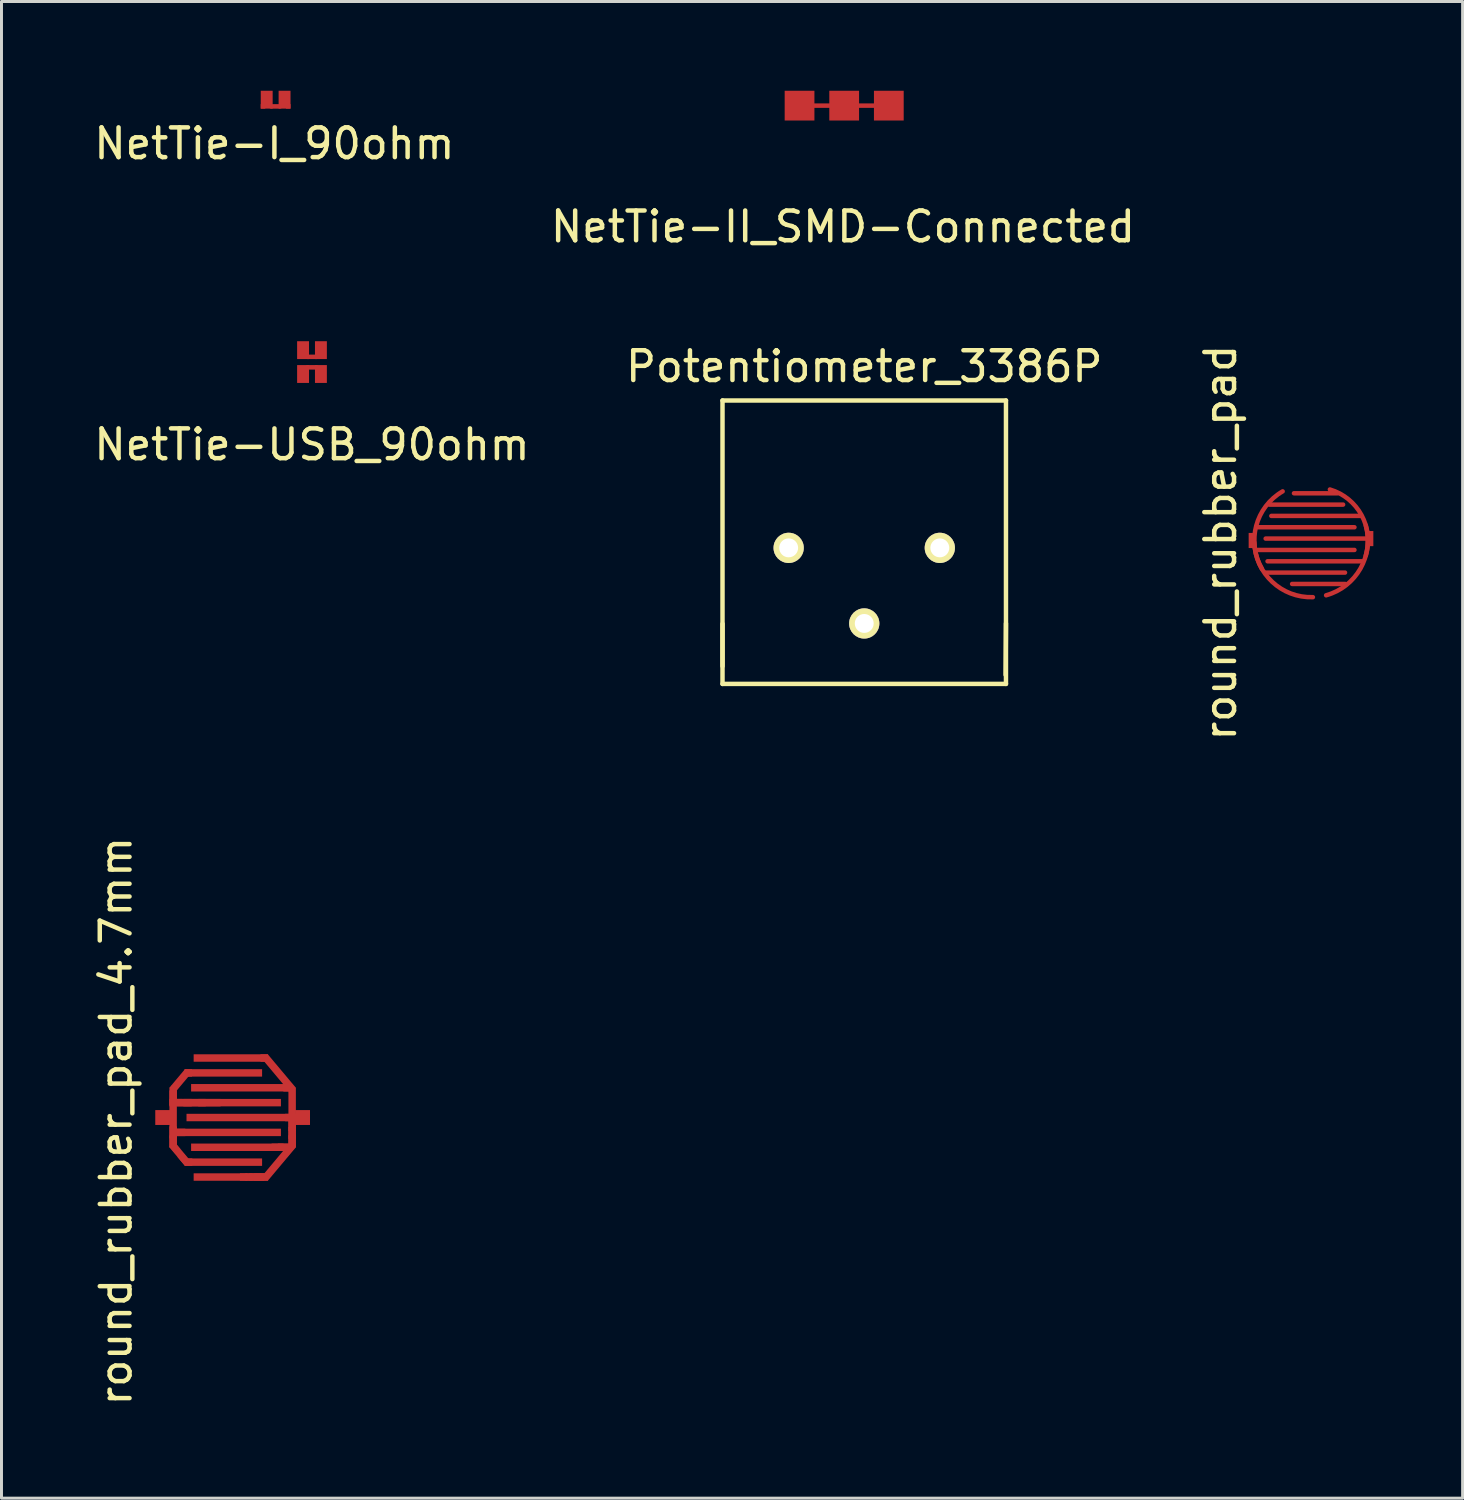
<source format=kicad_pcb>
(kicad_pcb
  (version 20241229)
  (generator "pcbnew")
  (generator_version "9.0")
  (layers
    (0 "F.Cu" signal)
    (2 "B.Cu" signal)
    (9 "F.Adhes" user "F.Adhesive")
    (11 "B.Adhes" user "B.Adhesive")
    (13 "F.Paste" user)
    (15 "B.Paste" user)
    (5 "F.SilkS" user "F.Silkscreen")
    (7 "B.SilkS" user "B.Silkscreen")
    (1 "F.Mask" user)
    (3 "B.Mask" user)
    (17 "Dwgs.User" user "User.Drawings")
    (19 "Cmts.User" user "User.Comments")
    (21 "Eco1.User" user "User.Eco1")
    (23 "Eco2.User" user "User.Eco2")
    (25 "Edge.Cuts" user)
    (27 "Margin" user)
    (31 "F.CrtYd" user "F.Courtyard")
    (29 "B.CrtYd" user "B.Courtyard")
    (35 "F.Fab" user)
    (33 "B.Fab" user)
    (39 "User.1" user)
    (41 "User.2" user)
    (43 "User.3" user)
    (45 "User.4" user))
  (footprint "round_rubber_pad"
    (layer "F.Cu")
    (at 41.008 15.114)
    (property "Reference" "round_rubber_pad" (at -3.041 0.071 90) (layer "F.SilkS") (effects (font (size 1 1) (thickness 0.15))))
    (attr through_hole)
    (fp_line (start -1.841 0.318) (end 1.46 0.318) (stroke (width 0.15) (type solid)) (layer "F.Cu"))
    (fp_line (start -1.778 -0.445) (end 1.46 -0.445) (stroke (width 0.15) (type solid)) (layer "F.Cu"))
    (fp_line (start -1.524 1.079) (end 1.143 1.079) (stroke (width 0.15) (type solid)) (layer "F.Cu"))
    (fp_line (start -1.397 -1.206) (end 1.079 -1.206) (stroke (width 0.15) (type solid)) (layer "F.Cu"))
    (fp_line (start 0.889 -1.587) (end -0.572 -1.587) (stroke (width 0.15) (type solid)) (layer "F.Cu"))
    (fp_line (start 1.143 1.46) (end -0.635 1.46) (stroke (width 0.15) (type solid)) (layer "F.Cu"))
    (fp_line (start 1.651 -0.826) (end -1.333 -0.826) (stroke (width 0.15) (type solid)) (layer "F.Cu"))
    (fp_line (start 1.714 0.699) (end -1.46 0.699) (stroke (width 0.15) (type solid)) (layer "F.Cu"))
    (fp_line (start 1.905 -0.064) (end -1.524 -0.064) (stroke (width 0.15) (type solid)) (layer "F.Cu"))
    (fp_arc (start -1.651 0.9525) (mid -1.840953 -0.493914) (end -0.9525 -1.651) (stroke (width 0.15) (type solid)) (layer "F.Cu"))
    (fp_arc (start 0.0635 1.905) (mid -1.302137 1.39194) (end -1.905 0.0635) (stroke (width 0.15) (type solid)) (layer "F.Cu"))
    (fp_arc (start 0.635 -1.7145) (mid 1.698545 -0.853124) (end 1.8415 0.508) (stroke (width 0.15) (type solid)) (layer "F.Cu"))
    (fp_arc (start 1.8415 -0.508) (mid 1.661347 0.942927) (end 0.508 1.8415) (stroke (width 0.15) (type solid)) (layer "F.Cu"))
    (fp_line (start 0.889 -1.587) (end -0.572 -1.587) (stroke (width 0.15) (type solid)) (layer "F.Mask"))
    (fp_line (start -1.841 0.318) (end 1.46 0.318) (stroke (width 0.15) (type solid)) (layer "F.Paste"))
    (fp_line (start -1.778 -0.445) (end 1.46 -0.445) (stroke (width 0.15) (type solid)) (layer "F.Paste"))
    (fp_line (start -1.524 1.079) (end 1.143 1.079) (stroke (width 0.15) (type solid)) (layer "F.Paste"))
    (fp_line (start -1.397 -1.206) (end 1.079 -1.206) (stroke (width 0.15) (type solid)) (layer "F.Paste"))
    (fp_line (start 0.889 -1.587) (end -0.572 -1.587) (stroke (width 0.15) (type solid)) (layer "F.Paste"))
    (fp_line (start 1.143 1.46) (end -0.635 1.46) (stroke (width 0.15) (type solid)) (layer "F.Paste"))
    (fp_line (start 1.651 -0.826) (end -1.333 -0.826) (stroke (width 0.15) (type solid)) (layer "F.Paste"))
    (fp_line (start 1.714 0.699) (end -1.46 0.699) (stroke (width 0.15) (type solid)) (layer "F.Paste"))
    (fp_line (start 1.905 -0.064) (end -1.524 -0.064) (stroke (width 0.15) (type solid)) (layer "F.Paste"))
    (fp_arc (start -1.651 0.9525) (mid -1.840953 -0.493914) (end -0.9525 -1.651) (stroke (width 0.15) (type solid)) (layer "F.Paste"))
    (fp_arc (start 0.0635 1.905) (mid -1.302137 1.39194) (end -1.905 0.0635) (stroke (width 0.15) (type solid)) (layer "F.Paste"))
    (fp_arc (start 0.635 -1.7145) (mid 1.698545 -0.853124) (end 1.8415 0.508) (stroke (width 0.15) (type solid)) (layer "F.Paste"))
    (fp_arc (start 1.8415 -0.508) (mid 1.661347 0.942927) (end 0.508 1.8415) (stroke (width 0.15) (type solid)) (layer "F.Paste"))
    (pad "1" smd rect (at -1.968 0) (size 0.254 0.508) (layers "F.Cu" "F.Mask" "F.Paste"))
    (pad "2" smd rect (at 1.968 -0.064) (size 0.254 0.508) (layers "F.Cu" "F.Mask" "F.Paste")))
  (footprint "Potentiometer_3386P"
    (layer "F.Cu")
    (at 25.994 17.902)
    (property "Reference" "Potentiometer_3386P" (at 0 -8.636 180) (layer "F.SilkS") (effects (font (size 1 1) (thickness 0.15))))
    (attr through_hole)
    (fp_line (start -4.763 -7.493) (end -4.763 2.032) (stroke (width 0.15) (type solid)) (layer "F.SilkS"))
    (fp_line (start -4.763 0.013) (end -4.763 1.435) (stroke (width 0.15) (type solid)) (layer "F.SilkS"))
    (fp_line (start -4.763 2.032) (end 4.763 2.032) (stroke (width 0.15) (type solid)) (layer "F.SilkS"))
    (fp_line (start 4.763 -7.493) (end -4.763 -7.493) (stroke (width 0.15) (type solid)) (layer "F.SilkS"))
    (fp_line (start 4.763 0) (end 4.75 1.727) (stroke (width 0.15) (type solid)) (layer "F.SilkS"))
    (fp_line (start 4.763 2.032) (end 4.763 -7.493) (stroke (width 0.15) (type solid)) (layer "F.SilkS"))
    (pad "1" thru_hole circle (at 2.54 -2.54) (size 1.016 1.016) (drill 0.635) (layers "*.Cu" "*.Mask" "F.SilkS"))
    (pad "2" thru_hole circle (at 0 0) (size 1.016 1.016) (drill 0.635) (layers "*.Cu" "*.Mask" "F.SilkS"))
    (pad "3" thru_hole circle (at -2.54 -2.54) (size 1.016 1.016) (drill 0.635) (layers "*.Cu" "*.Mask" "F.SilkS")))
  (footprint "round_rubber_pad_4.7mm"
    (layer "F.Cu")
    (at 4.768 34.506)
    (property "Reference" "round_rubber_pad_4.7mm" (at -3.92 0.12 90) (layer "F.SilkS") (effects (font (size 1 1) (thickness 0.15))))
    (attr through_hole)
    (pad "" smd circle (at 0 0 90) (size 4.7 4.7) (layers "F.Mask"))
    (pad "1" smd rect (at -2.35 0) (size 0.5 0.5) (layers "F.Cu" "F.Mask" "F.Paste"))
    (pad "1" smd rect (at -2.16 0.01 180) (size 0.4 0.4) (layers "F.Cu" "F.Mask" "F.Paste"))
    (pad "1" smd rect (at -2 -0.66 90) (size 0.5 0.25) (layers "F.Cu" "F.Mask" "F.Paste"))
    (pad "1" smd rect (at -2 0) (size 0.25 2) (layers "F.Cu" "F.Mask" "F.Paste"))
    (pad "1" smd rect (at -2 0.5) (size 0.25 0.4) (layers "F.Cu" "F.Mask" "F.Paste"))
    (pad "1" smd rect (at -2 0.8) (size 0.25 0.4) (layers "F.Cu" "F.Mask" "F.Paste"))
    (pad "1" smd circle (at -1.99 0.94 310) (size 0.2 0.2) (layers "F.Cu" "F.Mask" "F.Paste"))
    (pad "1" smd rect (at -1.97 -0.84) (size 0.15 0.5) (layers "F.Cu" "F.Mask" "F.Paste"))
    (pad "1" smd rect (at -1.95 -1.01 320) (size 0.2 0.2) (layers "F.Cu" "F.Mask" "F.Paste"))
    (pad "1" smd rect (at -1.94 1.02 310) (size 0.3 0.23) (layers "F.Cu" "F.Mask" "F.Paste"))
    (pad "1" smd rect (at -1.89 -0.51 180) (size 0.4 0.23) (layers "F.Cu" "F.Mask" "F.Paste"))
    (pad "1" smd rect (at -1.84 0.5) (size 0.5 0.25) (layers "F.Cu" "F.Mask" "F.Paste"))
    (pad "1" smd rect (at -1.775 -1.225 50) (size 0.8 0.25) (layers "F.Cu" "F.Mask" "F.Paste"))
    (pad "1" smd rect (at -1.775 1.225 310) (size 0.8 0.25) (layers "F.Cu" "F.Mask" "F.Paste"))
    (pad "1" smd rect (at -1.75 -0.5) (size 0.75 0.25) (layers "F.Cu" "F.Mask" "F.Paste"))
    (pad "1" smd rect (at -1.64 1.4 40) (size 0.23 0.4) (layers "F.Cu" "F.Mask" "F.Paste"))
    (pad "1" smd rect (at -1.49 -1.5) (size 0.25 0.25) (layers "F.Cu" "F.Mask" "F.Paste"))
    (pad "1" smd rect (at -1.48 1.5) (size 0.25 0.25) (layers "F.Cu" "F.Mask" "F.Paste"))
    (pad "1" smd rect (at -1.28 -0.5) (size 0.75 0.25) (layers "F.Cu" "F.Mask" "F.Paste"))
    (pad "1" smd rect (at -0.78 -0.5) (size 0.75 0.25) (layers "F.Cu" "F.Mask" "F.Paste"))
    (pad "1" smd rect (at -0.31 -1.5) (size 2.6 0.25) (layers "F.Cu" "F.Mask" "F.Paste"))
    (pad "1" smd rect (at -0.31 1.5) (size 2.6 0.25) (layers "F.Cu" "F.Mask" "F.Paste"))
    (pad "1" smd rect (at -0.127 -0.5) (size 3.5 0.25) (layers "F.Cu" "F.Mask" "F.Paste"))
    (pad "1" smd rect (at -0.127 0.5) (size 3.5 0.25) (layers "F.Cu" "F.Mask" "F.Paste"))
    (pad "2" smd rect (at -0.06 -2) (size 2.5 0.25) (layers "F.Cu" "F.Mask" "F.Paste"))
    (pad "2" smd rect (at -0.06 2) (size 2.5 0.25) (layers "F.Cu" "F.Mask" "F.Paste"))
    (pad "2" smd rect (at 0.2 0) (size 3.5 0.25) (layers "F.Cu" "F.Mask" "F.Paste"))
    (pad "2" smd rect (at 0.254 -1) (size 3.3 0.25) (layers "F.Cu" "F.Mask" "F.Paste"))
    (pad "2" smd rect (at 0.254 1) (size 3.3 0.25) (layers "F.Cu" "F.Mask" "F.Paste"))
    (pad "2" smd rect (at 0.37 2 180) (size 0.25 0.25) (layers "F.Cu" "F.Mask" "F.Paste"))
    (pad "2" smd rect (at 0.55 2 180) (size 0.25 0.25) (layers "F.Cu" "F.Mask" "F.Paste"))
    (pad "2" smd rect (at 0.69 2 180) (size 0.25 0.25) (layers "F.Cu" "F.Mask" "F.Paste"))
    (pad "2" smd rect (at 0.83 2 180) (size 0.25 0.25) (layers "F.Cu" "F.Mask" "F.Paste"))
    (pad "2" smd rect (at 0.93 2 180) (size 0.25 0.25) (layers "F.Cu" "F.Mask" "F.Paste"))
    (pad "2" smd rect (at 1.06 -2) (size 0.25 0.25) (layers "F.Cu" "F.Mask" "F.Paste"))
    (pad "2" smd rect (at 1.06 2 90) (size 0.25 0.25) (layers "F.Cu" "F.Mask" "F.Paste"))
    (pad "2" smd rect (at 1.26 0 180) (size 1 0.23) (layers "F.Cu" "F.Mask" "F.Paste"))
    (pad "2" smd rect (at 1.51 1) (size 0.4 0.25) (layers "F.Cu" "F.Mask" "F.Paste"))
    (pad "2" smd rect (at 1.56 -1.48 310) (size 1.465 0.25) (layers "F.Cu" "F.Mask" "F.Paste"))
    (pad "2" smd rect (at 1.56 1.48 50) (size 1.465 0.25) (layers "F.Cu" "F.Mask" "F.Paste"))
    (pad "2" smd rect (at 1.75 0 180) (size 0.8 0.23) (layers "F.Cu" "F.Mask" "F.Paste"))
    (pad "2" smd rect (at 1.77 1 90) (size 0.25 0.5) (layers "F.Cu" "F.Mask" "F.Paste"))
    (pad "2" smd rect (at 1.8 1.2 50) (size 0.7 0.2) (layers "F.Cu" "F.Mask" "F.Paste"))
    (pad "2" smd rect (at 1.83 -1) (size 0.25 0.25) (layers "F.Cu" "F.Mask" "F.Paste"))
    (pad "2" smd rect (at 1.89 1.04 180) (size 0.2 0.2) (layers "F.Cu" "F.Mask" "F.Paste"))
    (pad "2" smd circle (at 1.98 0.93 310) (size 0.2 0.2) (layers "F.Cu" "F.Mask" "F.Paste"))
    (pad "2" smd rect (at 1.99 -0.93 180) (size 0.2 0.2) (layers "F.Cu" "F.Mask" "F.Paste"))
    (pad "2" smd rect (at 2 0) (size 0.25 2) (layers "F.Cu" "F.Mask" "F.Paste"))
    (pad "2" smd rect (at 2 0.25) (size 0.25 0.4) (layers "F.Cu" "F.Mask" "F.Paste"))
    (pad "2" smd rect (at 2 0.52) (size 0.25 0.4) (layers "F.Cu" "F.Mask" "F.Paste"))
    (pad "2" smd rect (at 2 0.8) (size 0.25 0.4) (layers "F.Cu" "F.Mask" "F.Paste"))
    (pad "2" smd rect (at 2.14 0) (size 0.75 0.25) (layers "F.Cu" "F.Mask" "F.Paste"))
    (pad "2" smd rect (at 2.35 0) (size 0.5 0.5) (layers "F.Cu" "F.Mask" "F.Paste")))
  (footprint "NetTie-USB_90ohm"
    (layer "F.Cu")
    (at 7.435 8.942)
    (property "Reference" "NetTie-USB_90ohm" (at 0 2.95 0) (layer "F.SilkS") (effects (font (size 1 1) (thickness 0.15))))
    (attr through_hole)
    (fp_line (start -0.15 0) (end 0.15 0) (stroke (width 0.152) (type solid)) (layer "F.Cu"))
    (fp_line (start -0.15 0.352) (end 0.15 0.352) (stroke (width 0.152) (type solid)) (layer "F.Cu"))
    (pad "1" smd rect (at -0.3 0.577) (size 0.4 0.6) (layers "F.Cu" "F.Mask"))
    (pad "2" smd rect (at -0.3 -0.225) (size 0.4 0.6) (layers "F.Cu" "F.Mask"))
    (pad "3" smd rect (at 0.3 0.577) (size 0.4 0.6) (layers "F.Cu" "F.Mask"))
    (pad "4" smd rect (at 0.3 -0.225) (size 0.4 0.6) (layers "F.Cu" "F.Mask")))
  (footprint "NetTie-I_90ohm"
    (layer "F.Cu")
    (at 6.213 0.525)
    (property "Reference" "NetTie-I_90ohm" (at -0.041 1.25 0) (layer "F.SilkS") (effects (font (size 1 1) (thickness 0.15))))
    (attr through_hole)
    (fp_line (start -0.15 0) (end 0.15 0) (stroke (width 0.152) (type solid)) (layer "F.Cu"))
    (pad "1" smd rect (at -0.425 0) (size 0.152 0.152) (layers "F.Cu"))
    (pad "1" smd rect (at -0.3 -0.225) (size 0.4 0.6) (layers "F.Cu"))
    (pad "2" smd rect (at 0.3 -0.225) (size 0.4 0.6) (layers "F.Cu"))
    (pad "2" smd rect (at 0.425 0) (size 0.152 0.152) (layers "F.Cu")))
  (footprint "NetTie-II_SMD-Connected"
    (layer "F.Cu")
    (at 25.32 0.5)
    (property "Reference" "NetTie-II_SMD-Connected" (at -0.041 4.069 0) (layer "F.SilkS") (effects (font (size 1 1) (thickness 0.15))))
    (attr through_hole)
    (fp_line (start 1.5 0) (end -1.5 0) (stroke (width 0.15) (type solid)) (layer "F.Cu"))
    (pad "1" smd rect (at -1.5 0) (size 1 1) (layers "F.Cu" "F.Mask"))
    (pad "2" smd rect (at 0 0) (size 1 1) (layers "F.Cu" "F.Mask"))
    (pad "3" smd rect (at 1.5 0) (size 1 1) (layers "F.Cu" "F.Mask")))
  (gr_rect
    (start -3 -3)
    (end 46.103 47.298)
    (stroke (width 0.1) (type default))
    (fill no)
    (layer "Edge.Cuts")))
</source>
